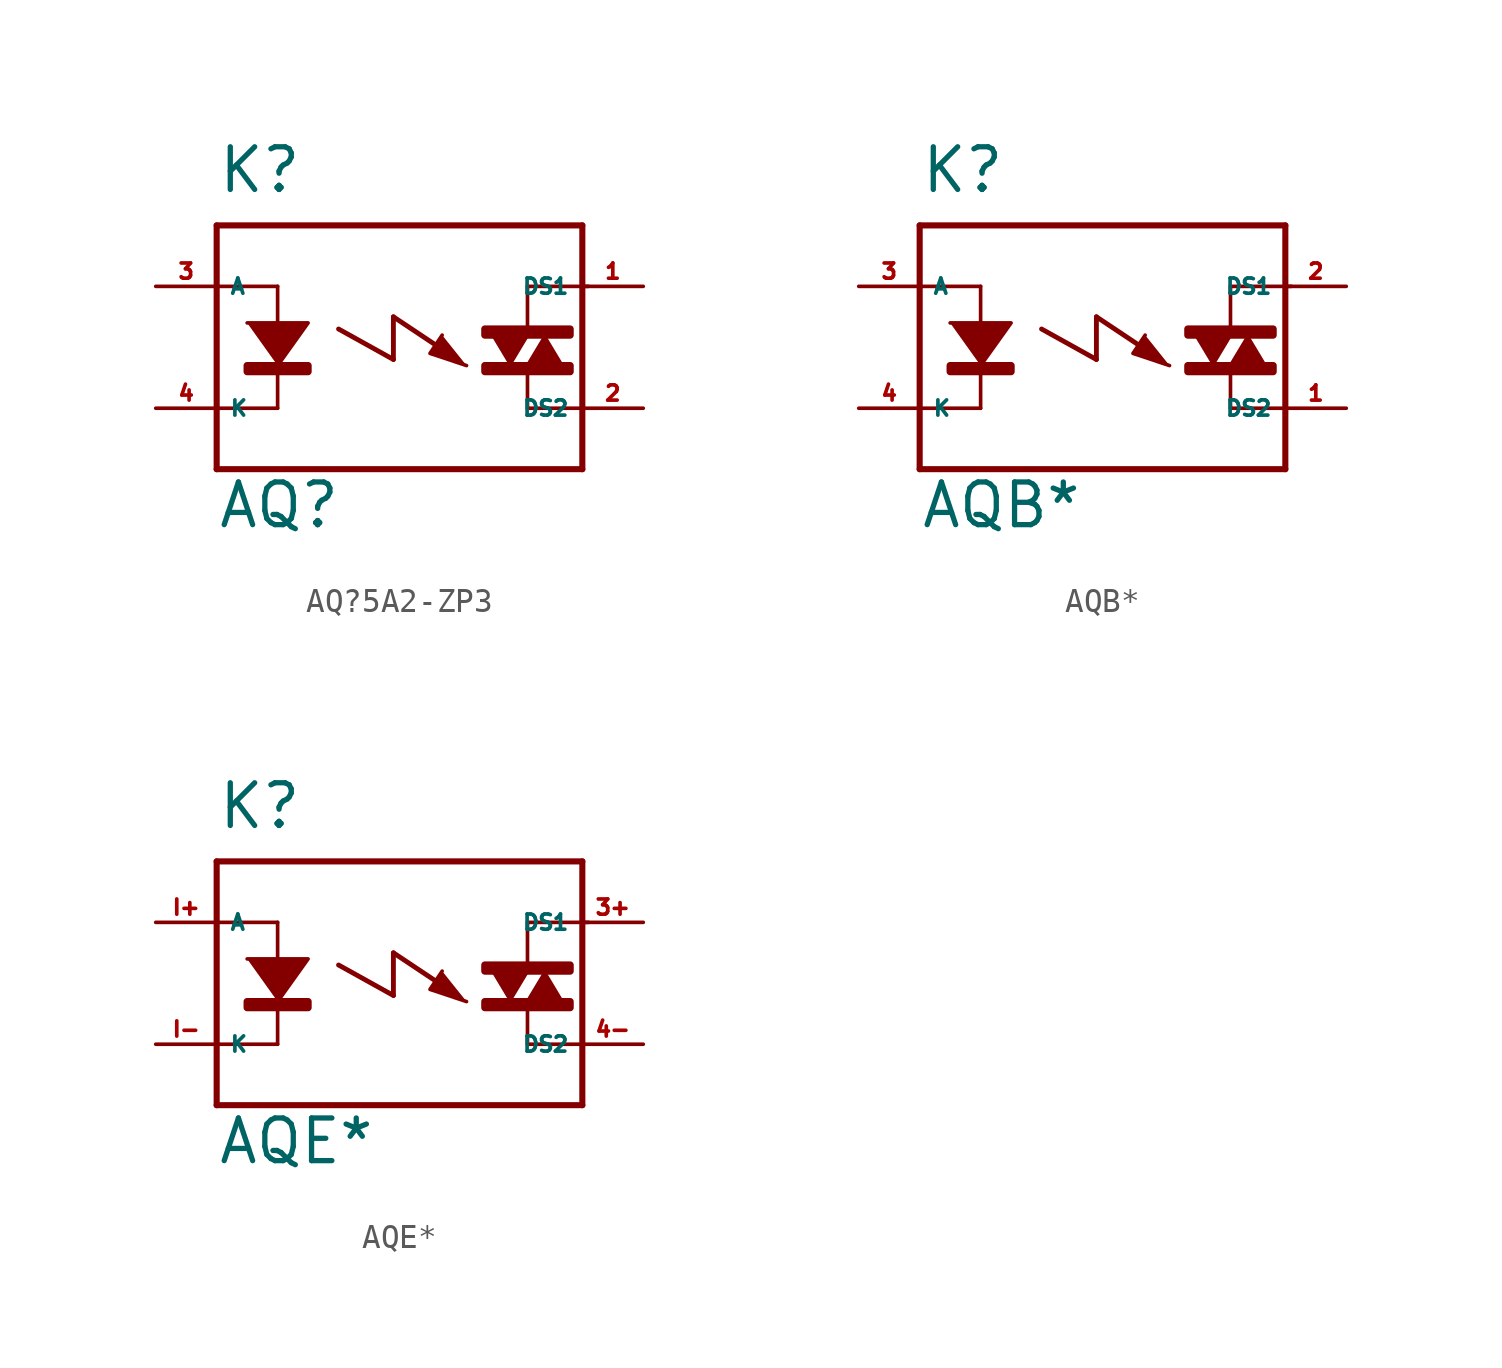
<source format=kicad_sym>
(kicad_symbol_lib
  (version 20220914)
  (generator Eagle2Kicad)
  (symbol "AQ?5A2-ZP3"
    (property "Reference" "K"
      (at -7.62 6.35 0)
      (effects (font (size 1.778 1.778) (thickness 0.22)) (justify left bottom)))
    (property "Value" "AQ?"
      (at -7.62 -7.62 0)
      (effects (font (size 1.778 1.778) (thickness 0.22)) (justify left bottom)))
    (polyline
      (pts (xy -6.35 1.016) (xy -3.81 1.016) (xy -5.08 -0.762))
      (stroke (width 0.152) (type default))
      (fill (type outline)))
    (polyline
      (pts (xy 6.096 0.508) (xy 5.334 -0.762) (xy 6.858 -0.762))
      (stroke (width 0.152) (type default))
      (fill (type outline)))
    (polyline
      (pts (xy 1.778 0.508) (xy 1.27 -0.254) (xy 2.794 -0.762))
      (stroke (width 0.152) (type default))
      (fill (type outline)))
    (polyline
      (pts (xy 4.572 -0.762) (xy 5.334 0.508) (xy 3.81 0.508))
      (stroke (width 0.152) (type default))
      (fill (type outline)))
    (polyline
      (pts (xy -5.08 2.54) (xy -5.08 -2.54))
      (stroke (width 0.152) (type default))
      (fill (type none)))
    (polyline
      (pts (xy -7.62 5.08) (xy -7.62 2.54))
      (stroke (width 0.254) (type default))
      (fill (type none)))
    (polyline
      (pts (xy -7.62 2.54) (xy -7.62 -2.54))
      (stroke (width 0.254) (type default))
      (fill (type none)))
    (polyline
      (pts (xy -7.62 -2.54) (xy -7.62 -5.08))
      (stroke (width 0.254) (type default))
      (fill (type none)))
    (polyline
      (pts (xy -7.62 -5.08) (xy 7.62 -5.08))
      (stroke (width 0.254) (type default))
      (fill (type none)))
    (polyline
      (pts (xy 5.334 2.54) (xy 7.874 2.54))
      (stroke (width 0.152) (type default))
      (fill (type none)))
    (polyline
      (pts (xy 5.334 -2.54) (xy 7.62 -2.54))
      (stroke (width 0.152) (type default))
      (fill (type none)))
    (polyline
      (pts (xy 7.62 -5.08) (xy 7.62 5.08))
      (stroke (width 0.254) (type default))
      (fill (type none)))
    (polyline
      (pts (xy 7.62 5.08) (xy -7.62 5.08))
      (stroke (width 0.254) (type default))
      (fill (type none)))
    (polyline
      (pts (xy 5.334 2.54) (xy 5.334 0.762))
      (stroke (width 0.152) (type default))
      (fill (type none)))
    (polyline
      (pts (xy 5.334 -1.016) (xy 5.334 -2.54))
      (stroke (width 0.152) (type default))
      (fill (type none)))
    (polyline
      (pts (xy -5.08 2.54) (xy -7.62 2.54))
      (stroke (width 0.152) (type default))
      (fill (type none)))
    (polyline
      (pts (xy -5.08 -2.54) (xy -7.62 -2.54))
      (stroke (width 0.152) (type default))
      (fill (type none)))
    (polyline
      (pts (xy -2.54 0.762) (xy -0.254 -0.508))
      (stroke (width 0.203) (type default))
      (fill (type none)))
    (polyline
      (pts (xy -0.254 -0.508) (xy -0.254 1.27))
      (stroke (width 0.203) (type default))
      (fill (type none)))
    (polyline
      (pts (xy -0.254 1.27) (xy 1.651 0))
      (stroke (width 0.203) (type default))
      (fill (type none)))
    (rectangle
      (start -6.35 -1.016)
      (end -3.81 -0.762)
      (stroke (width 0.3) (type default))
      (fill (type outline)))
    (rectangle
      (start 3.556 0.508)
      (end 7.112 0.762)
      (stroke (width 0.3) (type default))
      (fill (type outline)))
    (rectangle
      (start 3.556 -1.016)
      (end 7.112 -0.762)
      (stroke (width 0.3) (type default))
      (fill (type outline)))
    (pin passive line
      (at -10.16 2.54 0)
      (length 2.54)
      (name "A" (effects (font (size 0.635 0.635) (thickness 0.08)) (justify left bottom)))
      (number "3" (effects (font (size 0.635 0.635) (thickness 0.08)) (justify left bottom))))
    (pin passive line
      (at -10.16 -2.54 0)
      (length 2.54)
      (name "K" (effects (font (size 0.635 0.635) (thickness 0.08)) (justify left bottom)))
      (number "4" (effects (font (size 0.635 0.635) (thickness 0.08)) (justify left bottom))))
    (pin passive line
      (at 10.16 2.54 180)
      (length 2.54)
      (name "DS1" (effects (font (size 0.635 0.635) (thickness 0.08)) (justify left bottom)))
      (number "1" (effects (font (size 0.635 0.635) (thickness 0.08)) (justify left bottom))))
    (pin passive line
      (at 10.16 -2.54 180)
      (length 2.54)
      (name "DS2" (effects (font (size 0.635 0.635) (thickness 0.08)) (justify left bottom)))
      (number "2" (effects (font (size 0.635 0.635) (thickness 0.08)) (justify left bottom)))))
  (symbol "AQB*"
    (property "Reference" "K"
      (at -7.62 6.35 0)
      (effects (font (size 1.778 1.778) (thickness 0.22)) (justify left bottom)))
    (property "Value" "AQB*"
      (at -7.62 -7.62 0)
      (effects (font (size 1.778 1.778) (thickness 0.22)) (justify left bottom)))
    (polyline
      (pts (xy -6.35 1.016) (xy -3.81 1.016) (xy -5.08 -0.762))
      (stroke (width 0.152) (type default))
      (fill (type outline)))
    (polyline
      (pts (xy 6.096 0.508) (xy 5.334 -0.762) (xy 6.858 -0.762))
      (stroke (width 0.152) (type default))
      (fill (type outline)))
    (polyline
      (pts (xy 1.778 0.508) (xy 1.27 -0.254) (xy 2.794 -0.762))
      (stroke (width 0.152) (type default))
      (fill (type outline)))
    (polyline
      (pts (xy 4.572 -0.762) (xy 5.334 0.508) (xy 3.81 0.508))
      (stroke (width 0.152) (type default))
      (fill (type outline)))
    (polyline
      (pts (xy -5.08 2.54) (xy -5.08 -2.54))
      (stroke (width 0.152) (type default))
      (fill (type none)))
    (polyline
      (pts (xy -7.62 5.08) (xy -7.62 2.54))
      (stroke (width 0.254) (type default))
      (fill (type none)))
    (polyline
      (pts (xy -7.62 2.54) (xy -7.62 -2.54))
      (stroke (width 0.254) (type default))
      (fill (type none)))
    (polyline
      (pts (xy -7.62 -2.54) (xy -7.62 -5.08))
      (stroke (width 0.254) (type default))
      (fill (type none)))
    (polyline
      (pts (xy -7.62 -5.08) (xy 7.62 -5.08))
      (stroke (width 0.254) (type default))
      (fill (type none)))
    (polyline
      (pts (xy 5.334 2.54) (xy 7.874 2.54))
      (stroke (width 0.152) (type default))
      (fill (type none)))
    (polyline
      (pts (xy 5.334 -2.54) (xy 7.62 -2.54))
      (stroke (width 0.152) (type default))
      (fill (type none)))
    (polyline
      (pts (xy 7.62 -5.08) (xy 7.62 5.08))
      (stroke (width 0.254) (type default))
      (fill (type none)))
    (polyline
      (pts (xy 7.62 5.08) (xy -7.62 5.08))
      (stroke (width 0.254) (type default))
      (fill (type none)))
    (polyline
      (pts (xy 5.334 2.54) (xy 5.334 0.762))
      (stroke (width 0.152) (type default))
      (fill (type none)))
    (polyline
      (pts (xy 5.334 -1.016) (xy 5.334 -2.54))
      (stroke (width 0.152) (type default))
      (fill (type none)))
    (polyline
      (pts (xy -5.08 2.54) (xy -7.62 2.54))
      (stroke (width 0.152) (type default))
      (fill (type none)))
    (polyline
      (pts (xy -5.08 -2.54) (xy -7.62 -2.54))
      (stroke (width 0.152) (type default))
      (fill (type none)))
    (polyline
      (pts (xy -2.54 0.762) (xy -0.254 -0.508))
      (stroke (width 0.203) (type default))
      (fill (type none)))
    (polyline
      (pts (xy -0.254 -0.508) (xy -0.254 1.27))
      (stroke (width 0.203) (type default))
      (fill (type none)))
    (polyline
      (pts (xy -0.254 1.27) (xy 1.651 0))
      (stroke (width 0.203) (type default))
      (fill (type none)))
    (rectangle
      (start -6.35 -1.016)
      (end -3.81 -0.762)
      (stroke (width 0.3) (type default))
      (fill (type outline)))
    (rectangle
      (start 3.556 0.508)
      (end 7.112 0.762)
      (stroke (width 0.3) (type default))
      (fill (type outline)))
    (rectangle
      (start 3.556 -1.016)
      (end 7.112 -0.762)
      (stroke (width 0.3) (type default))
      (fill (type outline)))
    (pin passive line
      (at -10.16 2.54 0)
      (length 2.54)
      (name "A" (effects (font (size 0.635 0.635) (thickness 0.08)) (justify left bottom)))
      (number "3" (effects (font (size 0.635 0.635) (thickness 0.08)) (justify left bottom))))
    (pin passive line
      (at -10.16 -2.54 0)
      (length 2.54)
      (name "K" (effects (font (size 0.635 0.635) (thickness 0.08)) (justify left bottom)))
      (number "4" (effects (font (size 0.635 0.635) (thickness 0.08)) (justify left bottom))))
    (pin passive line
      (at 10.16 2.54 180)
      (length 2.54)
      (name "DS1" (effects (font (size 0.635 0.635) (thickness 0.08)) (justify left bottom)))
      (number "2" (effects (font (size 0.635 0.635) (thickness 0.08)) (justify left bottom))))
    (pin passive line
      (at 10.16 -2.54 180)
      (length 2.54)
      (name "DS2" (effects (font (size 0.635 0.635) (thickness 0.08)) (justify left bottom)))
      (number "1" (effects (font (size 0.635 0.635) (thickness 0.08)) (justify left bottom)))))
  (symbol "AQE*"
    (property "Reference" "K"
      (at -7.62 6.35 0)
      (effects (font (size 1.778 1.778) (thickness 0.22)) (justify left bottom)))
    (property "Value" "AQE*"
      (at -7.62 -7.62 0)
      (effects (font (size 1.778 1.778) (thickness 0.22)) (justify left bottom)))
    (polyline
      (pts (xy -6.35 1.016) (xy -3.81 1.016) (xy -5.08 -0.762))
      (stroke (width 0.152) (type default))
      (fill (type outline)))
    (polyline
      (pts (xy 6.096 0.508) (xy 5.334 -0.762) (xy 6.858 -0.762))
      (stroke (width 0.152) (type default))
      (fill (type outline)))
    (polyline
      (pts (xy 1.778 0.508) (xy 1.27 -0.254) (xy 2.794 -0.762))
      (stroke (width 0.152) (type default))
      (fill (type outline)))
    (polyline
      (pts (xy 4.572 -0.762) (xy 5.334 0.508) (xy 3.81 0.508))
      (stroke (width 0.152) (type default))
      (fill (type outline)))
    (polyline
      (pts (xy -5.08 2.54) (xy -5.08 -2.54))
      (stroke (width 0.152) (type default))
      (fill (type none)))
    (polyline
      (pts (xy -7.62 5.08) (xy -7.62 2.54))
      (stroke (width 0.254) (type default))
      (fill (type none)))
    (polyline
      (pts (xy -7.62 2.54) (xy -7.62 -2.54))
      (stroke (width 0.254) (type default))
      (fill (type none)))
    (polyline
      (pts (xy -7.62 -2.54) (xy -7.62 -5.08))
      (stroke (width 0.254) (type default))
      (fill (type none)))
    (polyline
      (pts (xy -7.62 -5.08) (xy 7.62 -5.08))
      (stroke (width 0.254) (type default))
      (fill (type none)))
    (polyline
      (pts (xy 5.334 2.54) (xy 7.874 2.54))
      (stroke (width 0.152) (type default))
      (fill (type none)))
    (polyline
      (pts (xy 5.334 -2.54) (xy 7.62 -2.54))
      (stroke (width 0.152) (type default))
      (fill (type none)))
    (polyline
      (pts (xy 7.62 -5.08) (xy 7.62 5.08))
      (stroke (width 0.254) (type default))
      (fill (type none)))
    (polyline
      (pts (xy 7.62 5.08) (xy -7.62 5.08))
      (stroke (width 0.254) (type default))
      (fill (type none)))
    (polyline
      (pts (xy 5.334 2.54) (xy 5.334 0.762))
      (stroke (width 0.152) (type default))
      (fill (type none)))
    (polyline
      (pts (xy 5.334 -1.016) (xy 5.334 -2.54))
      (stroke (width 0.152) (type default))
      (fill (type none)))
    (polyline
      (pts (xy -5.08 2.54) (xy -7.62 2.54))
      (stroke (width 0.152) (type default))
      (fill (type none)))
    (polyline
      (pts (xy -5.08 -2.54) (xy -7.62 -2.54))
      (stroke (width 0.152) (type default))
      (fill (type none)))
    (polyline
      (pts (xy -2.54 0.762) (xy -0.254 -0.508))
      (stroke (width 0.203) (type default))
      (fill (type none)))
    (polyline
      (pts (xy -0.254 -0.508) (xy -0.254 1.27))
      (stroke (width 0.203) (type default))
      (fill (type none)))
    (polyline
      (pts (xy -0.254 1.27) (xy 1.651 0))
      (stroke (width 0.203) (type default))
      (fill (type none)))
    (rectangle
      (start -6.35 -1.016)
      (end -3.81 -0.762)
      (stroke (width 0.3) (type default))
      (fill (type outline)))
    (rectangle
      (start 3.556 0.508)
      (end 7.112 0.762)
      (stroke (width 0.3) (type default))
      (fill (type outline)))
    (rectangle
      (start 3.556 -1.016)
      (end 7.112 -0.762)
      (stroke (width 0.3) (type default))
      (fill (type outline)))
    (pin passive line
      (at -10.16 2.54 0)
      (length 2.54)
      (name "A" (effects (font (size 0.635 0.635) (thickness 0.08)) (justify left bottom)))
      (number "I+" (effects (font (size 0.635 0.635) (thickness 0.08)) (justify left bottom))))
    (pin passive line
      (at -10.16 -2.54 0)
      (length 2.54)
      (name "K" (effects (font (size 0.635 0.635) (thickness 0.08)) (justify left bottom)))
      (number "I-" (effects (font (size 0.635 0.635) (thickness 0.08)) (justify left bottom))))
    (pin passive line
      (at 10.16 2.54 180)
      (length 2.54)
      (name "DS1" (effects (font (size 0.635 0.635) (thickness 0.08)) (justify left bottom)))
      (number "3+" (effects (font (size 0.635 0.635) (thickness 0.08)) (justify left bottom))))
    (pin passive line
      (at 10.16 -2.54 180)
      (length 2.54)
      (name "DS2" (effects (font (size 0.635 0.635) (thickness 0.08)) (justify left bottom)))
      (number "4-" (effects (font (size 0.635 0.635) (thickness 0.08)) (justify left bottom))))))
</source>
